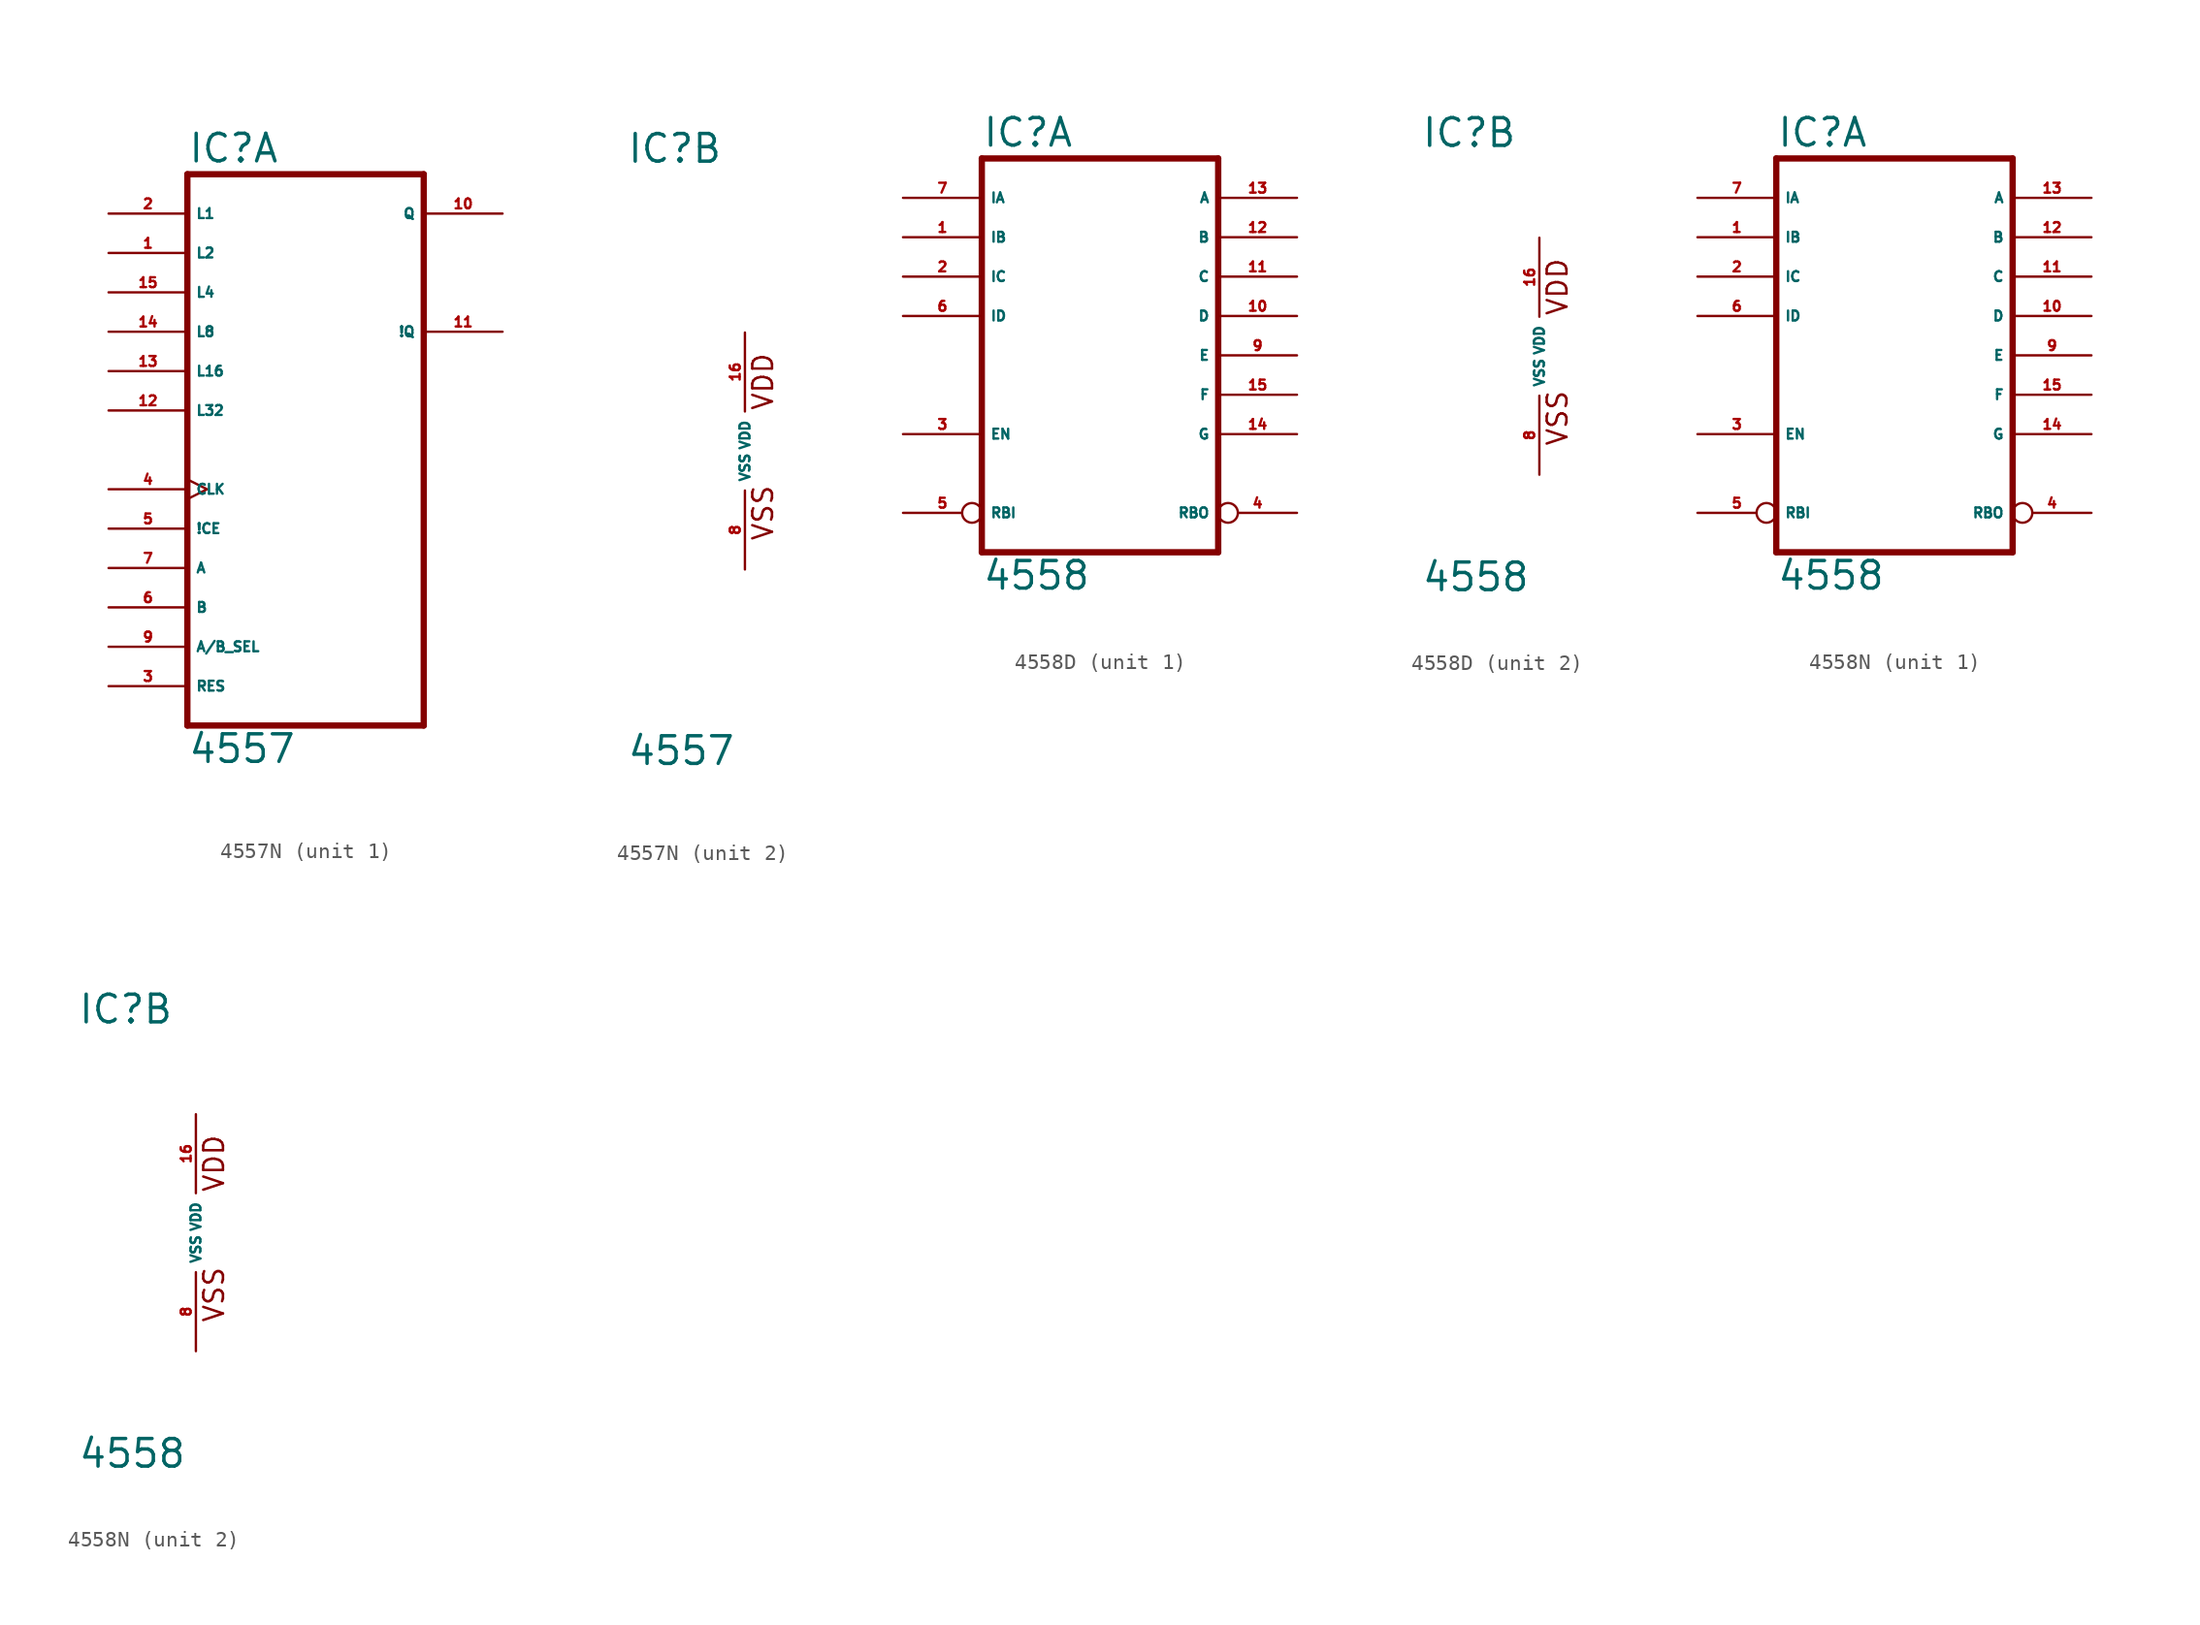
<source format=kicad_sym>
(kicad_symbol_lib
  (version 20220914)
  (generator Eagle2Kicad)
  (symbol "4557N"
    (property "Reference" "IC"
      (at -7.62 18.415 0)
      (effects (font (size 1.778 1.778) (thickness 0.22)) (justify left bottom)))
    (property "Value" "4557"
      (at -7.62 -20.32 0)
      (effects (font (size 1.778 1.778) (thickness 0.22)) (justify left bottom)))
    (symbol "4557N_1_0"
      (polyline (pts (xy -7.62 -17.78) (xy 7.62 -17.78)) (stroke (width 0.406) (type default)) (fill (type none)))
      (polyline (pts (xy 7.62 -17.78) (xy 7.62 17.78)) (stroke (width 0.406) (type default)) (fill (type none)))
      (polyline (pts (xy 7.62 17.78) (xy -7.62 17.78)) (stroke (width 0.406) (type default)) (fill (type none)))
      (polyline (pts (xy -7.62 17.78) (xy -7.62 -17.78)) (stroke (width 0.406) (type default)) (fill (type none)))
      (pin input line (at -12.7 12.7 0) (length 5.08) (name "L2" (effects (font (size 0.635 0.635) (thickness 0.08)) (justify left bottom))) (number "1" (effects (font (size 0.635 0.635) (thickness 0.08)) (justify left bottom))))
      (pin input line (at -12.7 15.24 0) (length 5.08) (name "L1" (effects (font (size 0.635 0.635) (thickness 0.08)) (justify left bottom))) (number "2" (effects (font (size 0.635 0.635) (thickness 0.08)) (justify left bottom))))
      (pin input line (at -12.7 -15.24 0) (length 5.08) (name "RES" (effects (font (size 0.635 0.635) (thickness 0.08)) (justify left bottom))) (number "3" (effects (font (size 0.635 0.635) (thickness 0.08)) (justify left bottom))))
      (pin input clock (at -12.7 -2.54 0) (length 5.08) (name "CLK" (effects (font (size 0.635 0.635) (thickness 0.08)) (justify left bottom))) (number "4" (effects (font (size 0.635 0.635) (thickness 0.08)) (justify left bottom))))
      (pin input line (at -12.7 -5.08 0) (length 5.08) (name "!CE" (effects (font (size 0.635 0.635) (thickness 0.08)) (justify left bottom))) (number "5" (effects (font (size 0.635 0.635) (thickness 0.08)) (justify left bottom))))
      (pin input line (at -12.7 -10.16 0) (length 5.08) (name "B" (effects (font (size 0.635 0.635) (thickness 0.08)) (justify left bottom))) (number "6" (effects (font (size 0.635 0.635) (thickness 0.08)) (justify left bottom))))
      (pin input line (at -12.7 -7.62 0) (length 5.08) (name "A" (effects (font (size 0.635 0.635) (thickness 0.08)) (justify left bottom))) (number "7" (effects (font (size 0.635 0.635) (thickness 0.08)) (justify left bottom))))
      (pin input line (at -12.7 -12.7 0) (length 5.08) (name "A/B_SEL" (effects (font (size 0.635 0.635) (thickness 0.08)) (justify left bottom))) (number "9" (effects (font (size 0.635 0.635) (thickness 0.08)) (justify left bottom))))
      (pin output line (at 12.7 15.24 180) (length 5.08) (name "Q" (effects (font (size 0.635 0.635) (thickness 0.08)) (justify left bottom))) (number "10" (effects (font (size 0.635 0.635) (thickness 0.08)) (justify left bottom))))
      (pin output line (at 12.7 7.62 180) (length 5.08) (name "!Q" (effects (font (size 0.635 0.635) (thickness 0.08)) (justify left bottom))) (number "11" (effects (font (size 0.635 0.635) (thickness 0.08)) (justify left bottom))))
      (pin input line (at -12.7 2.54 0) (length 5.08) (name "L32" (effects (font (size 0.635 0.635) (thickness 0.08)) (justify left bottom))) (number "12" (effects (font (size 0.635 0.635) (thickness 0.08)) (justify left bottom))))
      (pin input line (at -12.7 5.08 0) (length 5.08) (name "L16" (effects (font (size 0.635 0.635) (thickness 0.08)) (justify left bottom))) (number "13" (effects (font (size 0.635 0.635) (thickness 0.08)) (justify left bottom))))
      (pin input line (at -12.7 7.62 0) (length 5.08) (name "L8" (effects (font (size 0.635 0.635) (thickness 0.08)) (justify left bottom))) (number "14" (effects (font (size 0.635 0.635) (thickness 0.08)) (justify left bottom))))
      (pin input line (at -12.7 10.16 0) (length 5.08) (name "L4" (effects (font (size 0.635 0.635) (thickness 0.08)) (justify left bottom))) (number "15" (effects (font (size 0.635 0.635) (thickness 0.08)) (justify left bottom)))))
    (symbol "4557N_2_0"
      (text "VDD" (at 1.905 2.54 900) (effects (font (size 1.27 1.27) (thickness 0.16)) (justify left bottom)))
      (text "VSS" (at 1.905 -5.842 900) (effects (font (size 1.27 1.27) (thickness 0.16)) (justify left bottom)))
      (pin unspecified line (at 0 -7.62 90) (length 5.08) (name "VSS" (effects (font (size 0.635 0.635) (thickness 0.08)) (justify left bottom))) (number "8" (effects (font (size 0.635 0.635) (thickness 0.08)) (justify left bottom))))
      (pin unspecified line (at 0 7.62 270) (length 5.08) (name "VDD" (effects (font (size 0.635 0.635) (thickness 0.08)) (justify left bottom))) (number "16" (effects (font (size 0.635 0.635) (thickness 0.08)) (justify left bottom))))))
  (symbol "4558D"
    (property "Reference" "IC"
      (at -7.62 13.335 0)
      (effects (font (size 1.778 1.778) (thickness 0.22)) (justify left bottom)))
    (property "Value" "4558"
      (at -7.62 -15.24 0)
      (effects (font (size 1.778 1.778) (thickness 0.22)) (justify left bottom)))
    (symbol "4558D_1_0"
      (polyline (pts (xy -7.62 -12.7) (xy 7.62 -12.7)) (stroke (width 0.406) (type default)) (fill (type none)))
      (polyline (pts (xy 7.62 -12.7) (xy 7.62 12.7)) (stroke (width 0.406) (type default)) (fill (type none)))
      (polyline (pts (xy 7.62 12.7) (xy -7.62 12.7)) (stroke (width 0.406) (type default)) (fill (type none)))
      (polyline (pts (xy -7.62 12.7) (xy -7.62 -12.7)) (stroke (width 0.406) (type default)) (fill (type none)))
      (pin input line (at -12.7 7.62 0) (length 5.08) (name "IB" (effects (font (size 0.635 0.635) (thickness 0.08)) (justify left bottom))) (number "1" (effects (font (size 0.635 0.635) (thickness 0.08)) (justify left bottom))))
      (pin input line (at -12.7 5.08 0) (length 5.08) (name "IC" (effects (font (size 0.635 0.635) (thickness 0.08)) (justify left bottom))) (number "2" (effects (font (size 0.635 0.635) (thickness 0.08)) (justify left bottom))))
      (pin input line (at -12.7 -5.08 0) (length 5.08) (name "EN" (effects (font (size 0.635 0.635) (thickness 0.08)) (justify left bottom))) (number "3" (effects (font (size 0.635 0.635) (thickness 0.08)) (justify left bottom))))
      (pin output inverted (at 12.7 -10.16 180) (length 5.08) (name "RBO" (effects (font (size 0.635 0.635) (thickness 0.08)) (justify left bottom))) (number "4" (effects (font (size 0.635 0.635) (thickness 0.08)) (justify left bottom))))
      (pin input inverted (at -12.7 -10.16 0) (length 5.08) (name "RBI" (effects (font (size 0.635 0.635) (thickness 0.08)) (justify left bottom))) (number "5" (effects (font (size 0.635 0.635) (thickness 0.08)) (justify left bottom))))
      (pin input line (at -12.7 2.54 0) (length 5.08) (name "ID" (effects (font (size 0.635 0.635) (thickness 0.08)) (justify left bottom))) (number "6" (effects (font (size 0.635 0.635) (thickness 0.08)) (justify left bottom))))
      (pin input line (at -12.7 10.16 0) (length 5.08) (name "IA" (effects (font (size 0.635 0.635) (thickness 0.08)) (justify left bottom))) (number "7" (effects (font (size 0.635 0.635) (thickness 0.08)) (justify left bottom))))
      (pin output line (at 12.7 0 180) (length 5.08) (name "E" (effects (font (size 0.635 0.635) (thickness 0.08)) (justify left bottom))) (number "9" (effects (font (size 0.635 0.635) (thickness 0.08)) (justify left bottom))))
      (pin output line (at 12.7 2.54 180) (length 5.08) (name "D" (effects (font (size 0.635 0.635) (thickness 0.08)) (justify left bottom))) (number "10" (effects (font (size 0.635 0.635) (thickness 0.08)) (justify left bottom))))
      (pin output line (at 12.7 5.08 180) (length 5.08) (name "C" (effects (font (size 0.635 0.635) (thickness 0.08)) (justify left bottom))) (number "11" (effects (font (size 0.635 0.635) (thickness 0.08)) (justify left bottom))))
      (pin output line (at 12.7 7.62 180) (length 5.08) (name "B" (effects (font (size 0.635 0.635) (thickness 0.08)) (justify left bottom))) (number "12" (effects (font (size 0.635 0.635) (thickness 0.08)) (justify left bottom))))
      (pin output line (at 12.7 10.16 180) (length 5.08) (name "A" (effects (font (size 0.635 0.635) (thickness 0.08)) (justify left bottom))) (number "13" (effects (font (size 0.635 0.635) (thickness 0.08)) (justify left bottom))))
      (pin output line (at 12.7 -5.08 180) (length 5.08) (name "G" (effects (font (size 0.635 0.635) (thickness 0.08)) (justify left bottom))) (number "14" (effects (font (size 0.635 0.635) (thickness 0.08)) (justify left bottom))))
      (pin output line (at 12.7 -2.54 180) (length 5.08) (name "F" (effects (font (size 0.635 0.635) (thickness 0.08)) (justify left bottom))) (number "15" (effects (font (size 0.635 0.635) (thickness 0.08)) (justify left bottom)))))
    (symbol "4558D_2_0"
      (text "VDD" (at 1.905 2.54 900) (effects (font (size 1.27 1.27) (thickness 0.16)) (justify left bottom)))
      (text "VSS" (at 1.905 -5.842 900) (effects (font (size 1.27 1.27) (thickness 0.16)) (justify left bottom)))
      (pin unspecified line (at 0 -7.62 90) (length 5.08) (name "VSS" (effects (font (size 0.635 0.635) (thickness 0.08)) (justify left bottom))) (number "8" (effects (font (size 0.635 0.635) (thickness 0.08)) (justify left bottom))))
      (pin unspecified line (at 0 7.62 270) (length 5.08) (name "VDD" (effects (font (size 0.635 0.635) (thickness 0.08)) (justify left bottom))) (number "16" (effects (font (size 0.635 0.635) (thickness 0.08)) (justify left bottom))))))
  (symbol "4558N"
    (property "Reference" "IC"
      (at -7.62 13.335 0)
      (effects (font (size 1.778 1.778) (thickness 0.22)) (justify left bottom)))
    (property "Value" "4558"
      (at -7.62 -15.24 0)
      (effects (font (size 1.778 1.778) (thickness 0.22)) (justify left bottom)))
    (symbol "4558N_1_0"
      (polyline (pts (xy -7.62 -12.7) (xy 7.62 -12.7)) (stroke (width 0.406) (type default)) (fill (type none)))
      (polyline (pts (xy 7.62 -12.7) (xy 7.62 12.7)) (stroke (width 0.406) (type default)) (fill (type none)))
      (polyline (pts (xy 7.62 12.7) (xy -7.62 12.7)) (stroke (width 0.406) (type default)) (fill (type none)))
      (polyline (pts (xy -7.62 12.7) (xy -7.62 -12.7)) (stroke (width 0.406) (type default)) (fill (type none)))
      (pin input line (at -12.7 7.62 0) (length 5.08) (name "IB" (effects (font (size 0.635 0.635) (thickness 0.08)) (justify left bottom))) (number "1" (effects (font (size 0.635 0.635) (thickness 0.08)) (justify left bottom))))
      (pin input line (at -12.7 5.08 0) (length 5.08) (name "IC" (effects (font (size 0.635 0.635) (thickness 0.08)) (justify left bottom))) (number "2" (effects (font (size 0.635 0.635) (thickness 0.08)) (justify left bottom))))
      (pin input line (at -12.7 -5.08 0) (length 5.08) (name "EN" (effects (font (size 0.635 0.635) (thickness 0.08)) (justify left bottom))) (number "3" (effects (font (size 0.635 0.635) (thickness 0.08)) (justify left bottom))))
      (pin output inverted (at 12.7 -10.16 180) (length 5.08) (name "RBO" (effects (font (size 0.635 0.635) (thickness 0.08)) (justify left bottom))) (number "4" (effects (font (size 0.635 0.635) (thickness 0.08)) (justify left bottom))))
      (pin input inverted (at -12.7 -10.16 0) (length 5.08) (name "RBI" (effects (font (size 0.635 0.635) (thickness 0.08)) (justify left bottom))) (number "5" (effects (font (size 0.635 0.635) (thickness 0.08)) (justify left bottom))))
      (pin input line (at -12.7 2.54 0) (length 5.08) (name "ID" (effects (font (size 0.635 0.635) (thickness 0.08)) (justify left bottom))) (number "6" (effects (font (size 0.635 0.635) (thickness 0.08)) (justify left bottom))))
      (pin input line (at -12.7 10.16 0) (length 5.08) (name "IA" (effects (font (size 0.635 0.635) (thickness 0.08)) (justify left bottom))) (number "7" (effects (font (size 0.635 0.635) (thickness 0.08)) (justify left bottom))))
      (pin output line (at 12.7 0 180) (length 5.08) (name "E" (effects (font (size 0.635 0.635) (thickness 0.08)) (justify left bottom))) (number "9" (effects (font (size 0.635 0.635) (thickness 0.08)) (justify left bottom))))
      (pin output line (at 12.7 2.54 180) (length 5.08) (name "D" (effects (font (size 0.635 0.635) (thickness 0.08)) (justify left bottom))) (number "10" (effects (font (size 0.635 0.635) (thickness 0.08)) (justify left bottom))))
      (pin output line (at 12.7 5.08 180) (length 5.08) (name "C" (effects (font (size 0.635 0.635) (thickness 0.08)) (justify left bottom))) (number "11" (effects (font (size 0.635 0.635) (thickness 0.08)) (justify left bottom))))
      (pin output line (at 12.7 7.62 180) (length 5.08) (name "B" (effects (font (size 0.635 0.635) (thickness 0.08)) (justify left bottom))) (number "12" (effects (font (size 0.635 0.635) (thickness 0.08)) (justify left bottom))))
      (pin output line (at 12.7 10.16 180) (length 5.08) (name "A" (effects (font (size 0.635 0.635) (thickness 0.08)) (justify left bottom))) (number "13" (effects (font (size 0.635 0.635) (thickness 0.08)) (justify left bottom))))
      (pin output line (at 12.7 -5.08 180) (length 5.08) (name "G" (effects (font (size 0.635 0.635) (thickness 0.08)) (justify left bottom))) (number "14" (effects (font (size 0.635 0.635) (thickness 0.08)) (justify left bottom))))
      (pin output line (at 12.7 -2.54 180) (length 5.08) (name "F" (effects (font (size 0.635 0.635) (thickness 0.08)) (justify left bottom))) (number "15" (effects (font (size 0.635 0.635) (thickness 0.08)) (justify left bottom)))))
    (symbol "4558N_2_0"
      (text "VDD" (at 1.905 2.54 900) (effects (font (size 1.27 1.27) (thickness 0.16)) (justify left bottom)))
      (text "VSS" (at 1.905 -5.842 900) (effects (font (size 1.27 1.27) (thickness 0.16)) (justify left bottom)))
      (pin unspecified line (at 0 -7.62 90) (length 5.08) (name "VSS" (effects (font (size 0.635 0.635) (thickness 0.08)) (justify left bottom))) (number "8" (effects (font (size 0.635 0.635) (thickness 0.08)) (justify left bottom))))
      (pin unspecified line (at 0 7.62 270) (length 5.08) (name "VDD" (effects (font (size 0.635 0.635) (thickness 0.08)) (justify left bottom))) (number "16" (effects (font (size 0.635 0.635) (thickness 0.08)) (justify left bottom)))))))
</source>
